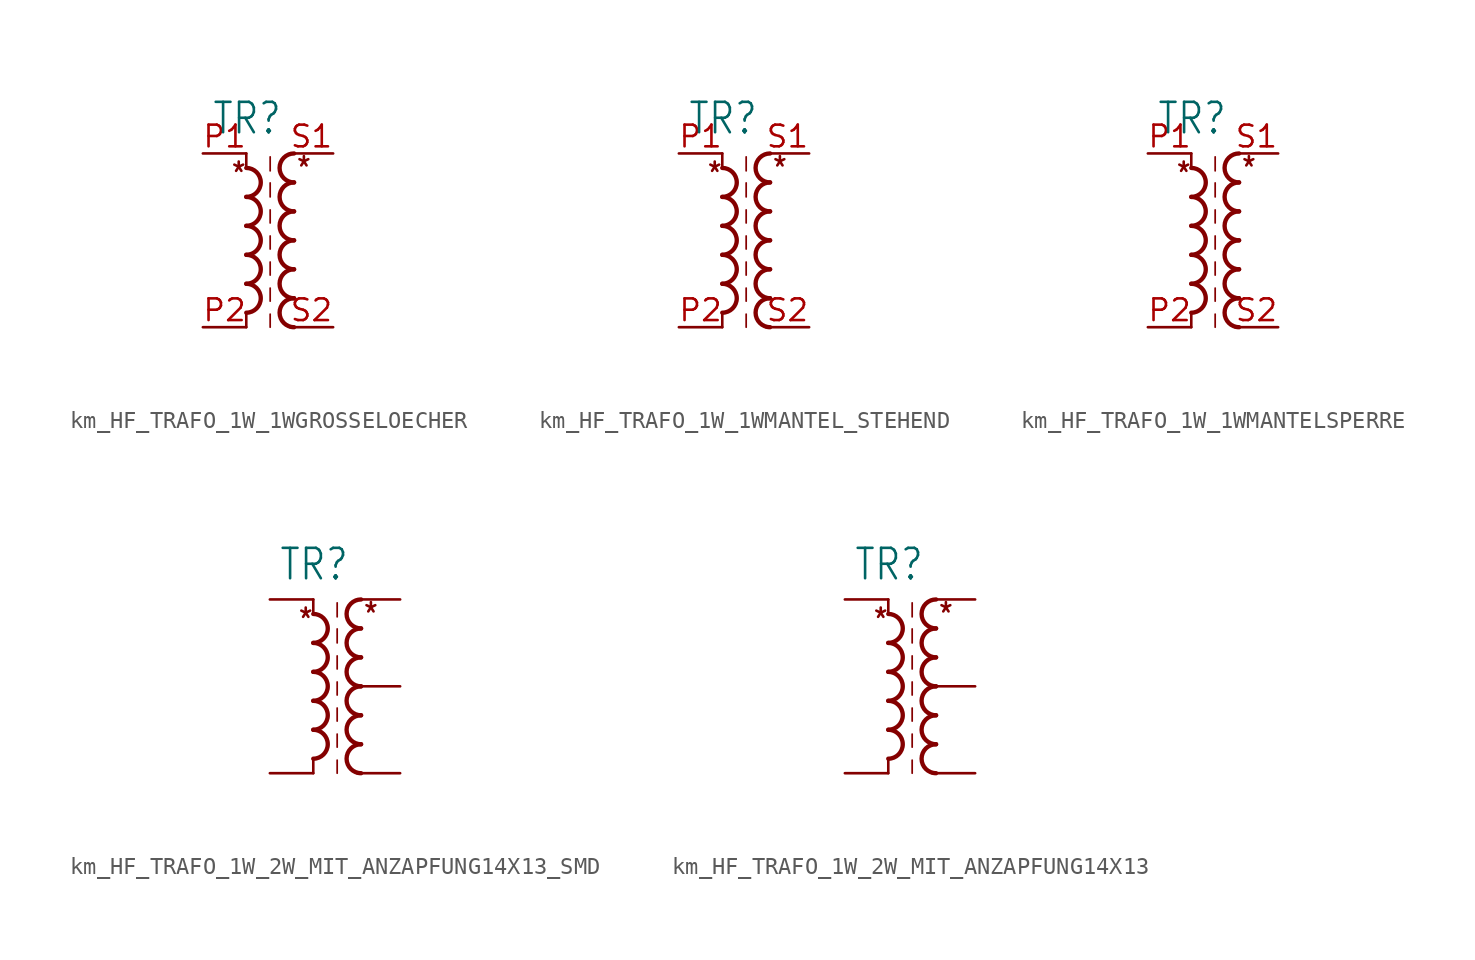
<source format=kicad_sym>
(kicad_symbol_lib
  (version 20231120)
  (generator "kicad_symbol_editor")
  (generator_version "8.0")
  (symbol "km_HF_TRAFO_1W_1WGROSSELOECHER"
    (property "Reference" "TR"
      (at -4.572 6.096 0)
      (effects (font (size 1.778 1.511)) (justify left bottom)))
    (property "Value" ""
      (at -4.572 -7.874 0)
      (effects (font (size 1.778 1.511)) (justify left bottom)))
    (property "ki_locked" ""
      (at 0 0 0)
      (effects (font (size 1.27 1.27))))
    (symbol "km_HF_TRAFO_1W_1WGROSSELOECHER_1_0"
      (arc (start -2.54 -4.2334) (mid -1.6933 -3.3867) (end -2.54 -2.54) (stroke (width 0.254) (type solid)) (fill (type none)))
      (arc (start -2.54 -2.54) (mid -1.6933 -1.6933) (end -2.54 -0.8466) (stroke (width 0.254) (type solid)) (fill (type none)))
      (arc (start -2.54 -0.8466) (mid -1.6934 0) (end -2.54 0.8466) (stroke (width 0.254) (type solid)) (fill (type none)))
      (arc (start -2.54 0.8466) (mid -1.6933 1.6933) (end -2.54 2.54) (stroke (width 0.254) (type solid)) (fill (type none)))
      (arc (start -2.54 2.54) (mid -1.6933 3.3867) (end -2.54 4.2334) (stroke (width 0.254) (type solid)) (fill (type none)))
      (polyline (pts (xy -2.54 -4.318) (xy -2.54 -5.08)) (stroke (width 0.152) (type solid)) (fill (type none)))
      (polyline (pts (xy -2.54 5.08) (xy -2.54 4.318)) (stroke (width 0.152) (type solid)) (fill (type none)))
      (polyline (pts (xy -1.143 -5.08) (xy -1.143 -4.318)) (stroke (width 0.102) (type solid)) (fill (type none)))
      (polyline (pts (xy -1.143 -3.556) (xy -1.143 -2.794)) (stroke (width 0.102) (type solid)) (fill (type none)))
      (polyline (pts (xy -1.143 -2.032) (xy -1.143 -1.27)) (stroke (width 0.102) (type solid)) (fill (type none)))
      (polyline (pts (xy -1.143 -0.508) (xy -1.143 0.254)) (stroke (width 0.102) (type solid)) (fill (type none)))
      (polyline (pts (xy -1.143 1.016) (xy -1.143 1.778)) (stroke (width 0.102) (type solid)) (fill (type none)))
      (polyline (pts (xy -1.143 2.54) (xy -1.143 3.356)) (stroke (width 0.102) (type solid)) (fill (type none)))
      (polyline (pts (xy -1.143 4.064) (xy -1.143 4.88)) (stroke (width 0.102) (type solid)) (fill (type none)))
      (arc (start 0.254 -3.3866) (mid -0.5927 -4.2333) (end 0.254 -5.08) (stroke (width 0.254) (type solid)) (fill (type none)))
      (arc (start 0.254 -1.6934) (mid -0.5926 -2.54) (end 0.254 -3.3866) (stroke (width 0.254) (type solid)) (fill (type none)))
      (arc (start 0.254 0) (mid -0.5927 -0.8467) (end 0.254 -1.6934) (stroke (width 0.254) (type solid)) (fill (type none)))
      (arc (start 0.254 1.6934) (mid -0.5927 0.8467) (end 0.254 0) (stroke (width 0.254) (type solid)) (fill (type none)))
      (arc (start 0.254 3.3866) (mid -0.5927 2.5399) (end 0.254 1.6932) (stroke (width 0.254) (type solid)) (fill (type none)))
      (arc (start 0.254 5.08) (mid -0.5927 4.2333) (end 0.254 3.3866) (stroke (width 0.254) (type solid)) (fill (type none)))
      (text "*" (at -3.493 3.175 0) (effects (font (size 1.27 1.079)) (justify left bottom)))
      (text "*" (at 0.318 3.493 0) (effects (font (size 1.27 1.079)) (justify left bottom)))
      (pin passive line (at -5.08 5.08 0) (length 2.54) (name "P1" (effects (font (size 0 0)))) (number "P1" (effects (font (size 1.27 1.27)))))
      (pin passive line (at -5.08 -5.08 0) (length 2.54) (name "P2" (effects (font (size 0 0)))) (number "P2" (effects (font (size 1.27 1.27)))))
      (pin passive line (at 2.54 5.08 180) (length 2.54) (name "S1" (effects (font (size 0 0)))) (number "S1" (effects (font (size 1.27 1.27)))))
      (pin passive line (at 2.54 -5.08 180) (length 2.54) (name "S2" (effects (font (size 0 0)))) (number "S2" (effects (font (size 1.27 1.27)))))))
  (symbol "km_HF_TRAFO_1W_1WMANTEL_STEHEND"
    (property "Reference" "TR"
      (at -4.572 6.096 0)
      (effects (font (size 1.778 1.511)) (justify left bottom)))
    (property "Value" ""
      (at -4.572 -7.874 0)
      (effects (font (size 1.778 1.511)) (justify left bottom)))
    (property "ki_locked" ""
      (at 0 0 0)
      (effects (font (size 1.27 1.27))))
    (symbol "km_HF_TRAFO_1W_1WMANTEL_STEHEND_1_0"
      (arc (start -2.54 -4.2334) (mid -1.6933 -3.3867) (end -2.54 -2.54) (stroke (width 0.254) (type solid)) (fill (type none)))
      (arc (start -2.54 -2.54) (mid -1.6933 -1.6933) (end -2.54 -0.8466) (stroke (width 0.254) (type solid)) (fill (type none)))
      (arc (start -2.54 -0.8466) (mid -1.6934 0) (end -2.54 0.8466) (stroke (width 0.254) (type solid)) (fill (type none)))
      (arc (start -2.54 0.8466) (mid -1.6933 1.6933) (end -2.54 2.54) (stroke (width 0.254) (type solid)) (fill (type none)))
      (arc (start -2.54 2.54) (mid -1.6933 3.3867) (end -2.54 4.2334) (stroke (width 0.254) (type solid)) (fill (type none)))
      (polyline (pts (xy -2.54 -4.318) (xy -2.54 -5.08)) (stroke (width 0.152) (type solid)) (fill (type none)))
      (polyline (pts (xy -2.54 5.08) (xy -2.54 4.318)) (stroke (width 0.152) (type solid)) (fill (type none)))
      (polyline (pts (xy -1.143 -5.08) (xy -1.143 -4.318)) (stroke (width 0.102) (type solid)) (fill (type none)))
      (polyline (pts (xy -1.143 -3.556) (xy -1.143 -2.794)) (stroke (width 0.102) (type solid)) (fill (type none)))
      (polyline (pts (xy -1.143 -2.032) (xy -1.143 -1.27)) (stroke (width 0.102) (type solid)) (fill (type none)))
      (polyline (pts (xy -1.143 -0.508) (xy -1.143 0.254)) (stroke (width 0.102) (type solid)) (fill (type none)))
      (polyline (pts (xy -1.143 1.016) (xy -1.143 1.778)) (stroke (width 0.102) (type solid)) (fill (type none)))
      (polyline (pts (xy -1.143 2.54) (xy -1.143 3.356)) (stroke (width 0.102) (type solid)) (fill (type none)))
      (polyline (pts (xy -1.143 4.064) (xy -1.143 4.88)) (stroke (width 0.102) (type solid)) (fill (type none)))
      (arc (start 0.254 -3.3866) (mid -0.5927 -4.2333) (end 0.254 -5.08) (stroke (width 0.254) (type solid)) (fill (type none)))
      (arc (start 0.254 -1.6934) (mid -0.5926 -2.54) (end 0.254 -3.3866) (stroke (width 0.254) (type solid)) (fill (type none)))
      (arc (start 0.254 0) (mid -0.5927 -0.8467) (end 0.254 -1.6934) (stroke (width 0.254) (type solid)) (fill (type none)))
      (arc (start 0.254 1.6934) (mid -0.5927 0.8467) (end 0.254 0) (stroke (width 0.254) (type solid)) (fill (type none)))
      (arc (start 0.254 3.3866) (mid -0.5927 2.5399) (end 0.254 1.6932) (stroke (width 0.254) (type solid)) (fill (type none)))
      (arc (start 0.254 5.08) (mid -0.5927 4.2333) (end 0.254 3.3866) (stroke (width 0.254) (type solid)) (fill (type none)))
      (text "*" (at -3.493 3.175 0) (effects (font (size 1.27 1.079)) (justify left bottom)))
      (text "*" (at 0.318 3.493 0) (effects (font (size 1.27 1.079)) (justify left bottom)))
      (pin passive line (at -5.08 5.08 0) (length 2.54) (name "P1" (effects (font (size 0 0)))) (number "P1" (effects (font (size 1.27 1.27)))))
      (pin passive line (at -5.08 -5.08 0) (length 2.54) (name "P2" (effects (font (size 0 0)))) (number "P2" (effects (font (size 1.27 1.27)))))
      (pin passive line (at 2.54 5.08 180) (length 2.54) (name "S1" (effects (font (size 0 0)))) (number "S1" (effects (font (size 1.27 1.27)))))
      (pin passive line (at 2.54 -5.08 180) (length 2.54) (name "S2" (effects (font (size 0 0)))) (number "S2" (effects (font (size 1.27 1.27)))))))
  (symbol "km_HF_TRAFO_1W_1WMANTELSPERRE"
    (property "Reference" "TR"
      (at -4.572 6.096 0)
      (effects (font (size 1.778 1.511)) (justify left bottom)))
    (property "Value" ""
      (at -4.572 -7.874 0)
      (effects (font (size 1.778 1.511)) (justify left bottom)))
    (property "ki_locked" ""
      (at 0 0 0)
      (effects (font (size 1.27 1.27))))
    (symbol "km_HF_TRAFO_1W_1WMANTELSPERRE_1_0"
      (arc (start -2.54 -4.2334) (mid -1.6933 -3.3867) (end -2.54 -2.54) (stroke (width 0.254) (type solid)) (fill (type none)))
      (arc (start -2.54 -2.54) (mid -1.6933 -1.6933) (end -2.54 -0.8466) (stroke (width 0.254) (type solid)) (fill (type none)))
      (arc (start -2.54 -0.8466) (mid -1.6934 0) (end -2.54 0.8466) (stroke (width 0.254) (type solid)) (fill (type none)))
      (arc (start -2.54 0.8466) (mid -1.6933 1.6933) (end -2.54 2.54) (stroke (width 0.254) (type solid)) (fill (type none)))
      (arc (start -2.54 2.54) (mid -1.6933 3.3867) (end -2.54 4.2334) (stroke (width 0.254) (type solid)) (fill (type none)))
      (polyline (pts (xy -2.54 -4.318) (xy -2.54 -5.08)) (stroke (width 0.152) (type solid)) (fill (type none)))
      (polyline (pts (xy -2.54 5.08) (xy -2.54 4.318)) (stroke (width 0.152) (type solid)) (fill (type none)))
      (polyline (pts (xy -1.143 -5.08) (xy -1.143 -4.318)) (stroke (width 0.102) (type solid)) (fill (type none)))
      (polyline (pts (xy -1.143 -3.556) (xy -1.143 -2.794)) (stroke (width 0.102) (type solid)) (fill (type none)))
      (polyline (pts (xy -1.143 -2.032) (xy -1.143 -1.27)) (stroke (width 0.102) (type solid)) (fill (type none)))
      (polyline (pts (xy -1.143 -0.508) (xy -1.143 0.254)) (stroke (width 0.102) (type solid)) (fill (type none)))
      (polyline (pts (xy -1.143 1.016) (xy -1.143 1.778)) (stroke (width 0.102) (type solid)) (fill (type none)))
      (polyline (pts (xy -1.143 2.54) (xy -1.143 3.356)) (stroke (width 0.102) (type solid)) (fill (type none)))
      (polyline (pts (xy -1.143 4.064) (xy -1.143 4.88)) (stroke (width 0.102) (type solid)) (fill (type none)))
      (arc (start 0.254 -3.3866) (mid -0.5927 -4.2333) (end 0.254 -5.08) (stroke (width 0.254) (type solid)) (fill (type none)))
      (arc (start 0.254 -1.6934) (mid -0.5926 -2.54) (end 0.254 -3.3866) (stroke (width 0.254) (type solid)) (fill (type none)))
      (arc (start 0.254 0) (mid -0.5927 -0.8467) (end 0.254 -1.6934) (stroke (width 0.254) (type solid)) (fill (type none)))
      (arc (start 0.254 1.6934) (mid -0.5927 0.8467) (end 0.254 0) (stroke (width 0.254) (type solid)) (fill (type none)))
      (arc (start 0.254 3.3866) (mid -0.5927 2.5399) (end 0.254 1.6932) (stroke (width 0.254) (type solid)) (fill (type none)))
      (arc (start 0.254 5.08) (mid -0.5927 4.2333) (end 0.254 3.3866) (stroke (width 0.254) (type solid)) (fill (type none)))
      (text "*" (at -3.493 3.175 0) (effects (font (size 1.27 1.079)) (justify left bottom)))
      (text "*" (at 0.318 3.493 0) (effects (font (size 1.27 1.079)) (justify left bottom)))
      (pin passive line (at -5.08 5.08 0) (length 2.54) (name "P1" (effects (font (size 0 0)))) (number "P1" (effects (font (size 1.27 1.27)))))
      (pin passive line (at -5.08 -5.08 0) (length 2.54) (name "P2" (effects (font (size 0 0)))) (number "P2" (effects (font (size 1.27 1.27)))))
      (pin passive line (at 2.54 5.08 180) (length 2.54) (name "S1" (effects (font (size 0 0)))) (number "S1" (effects (font (size 1.27 1.27)))))
      (pin passive line (at 2.54 -5.08 180) (length 2.54) (name "S2" (effects (font (size 0 0)))) (number "S2" (effects (font (size 1.27 1.27)))))))
  (symbol "km_HF_TRAFO_1W_2W_MIT_ANZAPFUNG14X13_SMD"
    (property "Reference" "TR"
      (at -4.572 6.096 0)
      (effects (font (size 1.778 1.511)) (justify left bottom)))
    (property "Value" ""
      (at -4.572 -7.874 0)
      (effects (font (size 1.778 1.511)) (justify left bottom)))
    (property "ki_locked" ""
      (at 0 0 0)
      (effects (font (size 1.27 1.27))))
    (symbol "km_HF_TRAFO_1W_2W_MIT_ANZAPFUNG14X13_SMD_1_0"
      (arc (start -2.54 -4.2334) (mid -1.6933 -3.3867) (end -2.54 -2.54) (stroke (width 0.254) (type solid)) (fill (type none)))
      (arc (start -2.54 -2.54) (mid -1.6933 -1.6933) (end -2.54 -0.8466) (stroke (width 0.254) (type solid)) (fill (type none)))
      (arc (start -2.54 -0.8466) (mid -1.6934 0) (end -2.54 0.8466) (stroke (width 0.254) (type solid)) (fill (type none)))
      (arc (start -2.54 0.8466) (mid -1.6933 1.6933) (end -2.54 2.54) (stroke (width 0.254) (type solid)) (fill (type none)))
      (arc (start -2.54 2.54) (mid -1.6933 3.3867) (end -2.54 4.2334) (stroke (width 0.254) (type solid)) (fill (type none)))
      (polyline (pts (xy -2.54 -4.318) (xy -2.54 -5.08)) (stroke (width 0.152) (type solid)) (fill (type none)))
      (polyline (pts (xy -2.54 5.08) (xy -2.54 4.318)) (stroke (width 0.152) (type solid)) (fill (type none)))
      (polyline (pts (xy -1.143 -5.08) (xy -1.143 -4.318)) (stroke (width 0.102) (type solid)) (fill (type none)))
      (polyline (pts (xy -1.143 -3.556) (xy -1.143 -2.794)) (stroke (width 0.102) (type solid)) (fill (type none)))
      (polyline (pts (xy -1.143 -2.032) (xy -1.143 -1.27)) (stroke (width 0.102) (type solid)) (fill (type none)))
      (polyline (pts (xy -1.143 -0.508) (xy -1.143 0.254)) (stroke (width 0.102) (type solid)) (fill (type none)))
      (polyline (pts (xy -1.143 1.016) (xy -1.143 1.778)) (stroke (width 0.102) (type solid)) (fill (type none)))
      (polyline (pts (xy -1.143 2.54) (xy -1.143 3.356)) (stroke (width 0.102) (type solid)) (fill (type none)))
      (polyline (pts (xy -1.143 4.064) (xy -1.143 4.88)) (stroke (width 0.102) (type solid)) (fill (type none)))
      (arc (start 0.254 -3.3866) (mid -0.5927 -4.2333) (end 0.254 -5.08) (stroke (width 0.254) (type solid)) (fill (type none)))
      (arc (start 0.254 -1.6934) (mid -0.5926 -2.54) (end 0.254 -3.3866) (stroke (width 0.254) (type solid)) (fill (type none)))
      (arc (start 0.254 0) (mid -0.5927 -0.8467) (end 0.254 -1.6934) (stroke (width 0.254) (type solid)) (fill (type none)))
      (arc (start 0.254 1.6934) (mid -0.5927 0.8467) (end 0.254 0) (stroke (width 0.254) (type solid)) (fill (type none)))
      (arc (start 0.254 3.3866) (mid -0.5927 2.5399) (end 0.254 1.6932) (stroke (width 0.254) (type solid)) (fill (type none)))
      (arc (start 0.254 5.08) (mid -0.5927 4.2333) (end 0.254 3.3866) (stroke (width 0.254) (type solid)) (fill (type none)))
      (text "*" (at -3.493 3.175 0) (effects (font (size 1.27 1.079)) (justify left bottom)))
      (text "*" (at 0.318 3.493 0) (effects (font (size 1.27 1.079)) (justify left bottom)))
      (pin passive line (at -5.08 5.08 0) (length 2.54) (name "P1" (effects (font (size 0 0)))) (number "P1" (effects (font (size 0 0)))))
      (pin passive line (at -5.08 -5.08 0) (length 2.54) (name "P2" (effects (font (size 0 0)))) (number "P2" (effects (font (size 0 0)))))
      (pin passive line (at 2.54 5.08 180) (length 2.54) (name "S1" (effects (font (size 0 0)))) (number "S1" (effects (font (size 0 0)))))
      (pin passive line (at 2.54 -5.08 180) (length 2.54) (name "S2" (effects (font (size 0 0)))) (number "S2" (effects (font (size 0 0)))))
      (pin passive line (at 2.54 0 180) (length 2.54) (name "SM" (effects (font (size 0 0)))) (number "SM" (effects (font (size 0 0)))))))
  (symbol "km_HF_TRAFO_1W_2W_MIT_ANZAPFUNG14X13"
    (property "Reference" "TR"
      (at -4.572 6.096 0)
      (effects (font (size 1.778 1.511)) (justify left bottom)))
    (property "Value" ""
      (at -4.572 -7.874 0)
      (effects (font (size 1.778 1.511)) (justify left bottom)))
    (property "ki_locked" ""
      (at 0 0 0)
      (effects (font (size 1.27 1.27))))
    (symbol "km_HF_TRAFO_1W_2W_MIT_ANZAPFUNG14X13_1_0"
      (arc (start -2.54 -4.2334) (mid -1.6933 -3.3867) (end -2.54 -2.54) (stroke (width 0.254) (type solid)) (fill (type none)))
      (arc (start -2.54 -2.54) (mid -1.6933 -1.6933) (end -2.54 -0.8466) (stroke (width 0.254) (type solid)) (fill (type none)))
      (arc (start -2.54 -0.8466) (mid -1.6934 0) (end -2.54 0.8466) (stroke (width 0.254) (type solid)) (fill (type none)))
      (arc (start -2.54 0.8466) (mid -1.6933 1.6933) (end -2.54 2.54) (stroke (width 0.254) (type solid)) (fill (type none)))
      (arc (start -2.54 2.54) (mid -1.6933 3.3867) (end -2.54 4.2334) (stroke (width 0.254) (type solid)) (fill (type none)))
      (polyline (pts (xy -2.54 -4.318) (xy -2.54 -5.08)) (stroke (width 0.152) (type solid)) (fill (type none)))
      (polyline (pts (xy -2.54 5.08) (xy -2.54 4.318)) (stroke (width 0.152) (type solid)) (fill (type none)))
      (polyline (pts (xy -1.143 -5.08) (xy -1.143 -4.318)) (stroke (width 0.102) (type solid)) (fill (type none)))
      (polyline (pts (xy -1.143 -3.556) (xy -1.143 -2.794)) (stroke (width 0.102) (type solid)) (fill (type none)))
      (polyline (pts (xy -1.143 -2.032) (xy -1.143 -1.27)) (stroke (width 0.102) (type solid)) (fill (type none)))
      (polyline (pts (xy -1.143 -0.508) (xy -1.143 0.254)) (stroke (width 0.102) (type solid)) (fill (type none)))
      (polyline (pts (xy -1.143 1.016) (xy -1.143 1.778)) (stroke (width 0.102) (type solid)) (fill (type none)))
      (polyline (pts (xy -1.143 2.54) (xy -1.143 3.356)) (stroke (width 0.102) (type solid)) (fill (type none)))
      (polyline (pts (xy -1.143 4.064) (xy -1.143 4.88)) (stroke (width 0.102) (type solid)) (fill (type none)))
      (arc (start 0.254 -3.3866) (mid -0.5927 -4.2333) (end 0.254 -5.08) (stroke (width 0.254) (type solid)) (fill (type none)))
      (arc (start 0.254 -1.6934) (mid -0.5926 -2.54) (end 0.254 -3.3866) (stroke (width 0.254) (type solid)) (fill (type none)))
      (arc (start 0.254 0) (mid -0.5927 -0.8467) (end 0.254 -1.6934) (stroke (width 0.254) (type solid)) (fill (type none)))
      (arc (start 0.254 1.6934) (mid -0.5927 0.8467) (end 0.254 0) (stroke (width 0.254) (type solid)) (fill (type none)))
      (arc (start 0.254 3.3866) (mid -0.5927 2.5399) (end 0.254 1.6932) (stroke (width 0.254) (type solid)) (fill (type none)))
      (arc (start 0.254 5.08) (mid -0.5927 4.2333) (end 0.254 3.3866) (stroke (width 0.254) (type solid)) (fill (type none)))
      (text "*" (at -3.493 3.175 0) (effects (font (size 1.27 1.079)) (justify left bottom)))
      (text "*" (at 0.318 3.493 0) (effects (font (size 1.27 1.079)) (justify left bottom)))
      (pin passive line (at -5.08 5.08 0) (length 2.54) (name "P1" (effects (font (size 0 0)))) (number "P1" (effects (font (size 0 0)))))
      (pin passive line (at -5.08 -5.08 0) (length 2.54) (name "P2" (effects (font (size 0 0)))) (number "P2" (effects (font (size 0 0)))))
      (pin passive line (at 2.54 5.08 180) (length 2.54) (name "S1" (effects (font (size 0 0)))) (number "S1" (effects (font (size 0 0)))))
      (pin passive line (at 2.54 -5.08 180) (length 2.54) (name "S2" (effects (font (size 0 0)))) (number "S2" (effects (font (size 0 0)))))
      (pin passive line (at 2.54 0 180) (length 2.54) (name "SM" (effects (font (size 0 0)))) (number "SM" (effects (font (size 0 0))))))))
</source>
